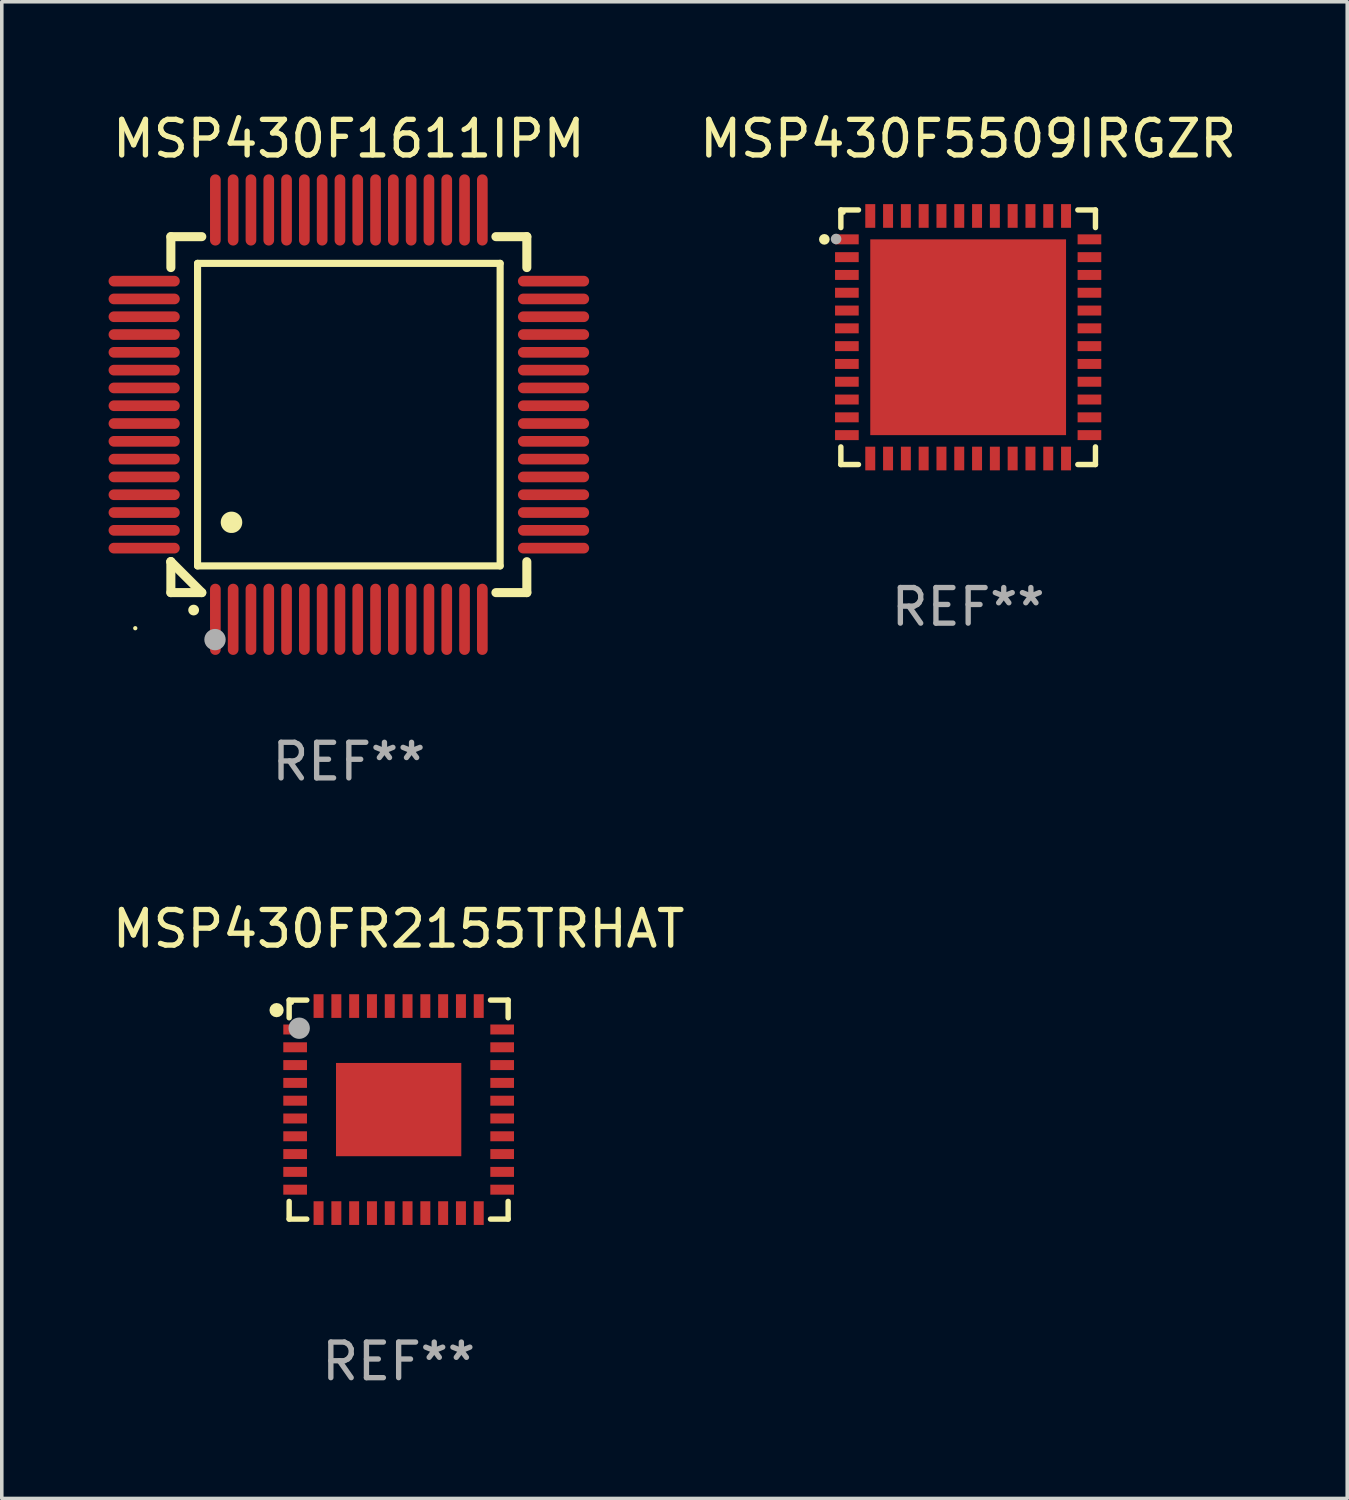
<source format=kicad_pcb>
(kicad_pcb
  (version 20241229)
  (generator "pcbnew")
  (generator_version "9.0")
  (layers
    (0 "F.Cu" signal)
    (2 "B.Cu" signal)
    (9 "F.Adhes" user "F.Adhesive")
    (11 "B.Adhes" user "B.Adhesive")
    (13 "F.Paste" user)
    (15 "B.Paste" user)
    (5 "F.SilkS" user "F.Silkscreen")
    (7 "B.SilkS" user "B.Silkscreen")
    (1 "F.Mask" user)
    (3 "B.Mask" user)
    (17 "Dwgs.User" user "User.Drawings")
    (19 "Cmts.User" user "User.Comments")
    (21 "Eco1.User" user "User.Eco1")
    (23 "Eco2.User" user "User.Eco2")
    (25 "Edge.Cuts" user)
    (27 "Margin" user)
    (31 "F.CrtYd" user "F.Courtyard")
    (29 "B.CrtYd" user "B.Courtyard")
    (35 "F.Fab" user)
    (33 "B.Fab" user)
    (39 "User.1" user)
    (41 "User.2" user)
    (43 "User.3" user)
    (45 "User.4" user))
  (footprint "MSP430F1611IPM"
    (layer "F.Cu")
    (at 6.75 8.598)
    (property "Reference" "MSP430F1611IPM" (at 0 -7.75 0) (layer "F.SilkS") (effects (font (size 1 1) (thickness 0.15))))
    (attr through_hole)
    (fp_line (start -5 -5) (end -4.131 -5) (stroke (width 0.254) (type solid)) (layer "F.SilkS"))
    (fp_line (start -5 -4.131) (end -5 -5) (stroke (width 0.254) (type solid)) (layer "F.SilkS"))
    (fp_line (start -5 4.131) (end -5 4.131) (stroke (width 0.254) (type solid)) (layer "F.SilkS"))
    (fp_line (start -5 5) (end -5 4.131) (stroke (width 0.254) (type solid)) (layer "F.SilkS"))
    (fp_line (start -5 4.131) (end -4.131 5) (stroke (width 0.254) (type solid)) (layer "F.SilkS"))
    (fp_line (start -4.25 -4.25) (end -4.25 4.25) (stroke (width 0.2) (type solid)) (layer "F.SilkS"))
    (fp_line (start -4.25 4.25) (end 4.25 4.25) (stroke (width 0.2) (type solid)) (layer "F.SilkS"))
    (fp_line (start -4.131 5) (end -5 5) (stroke (width 0.254) (type solid)) (layer "F.SilkS"))
    (fp_line (start 4.25 -4.25) (end -4.25 -4.25) (stroke (width 0.2) (type solid)) (layer "F.SilkS"))
    (fp_line (start 4.25 4.25) (end 4.25 -4.25) (stroke (width 0.2) (type solid)) (layer "F.SilkS"))
    (fp_line (start 5 -5) (end 4.131 -5) (stroke (width 0.254) (type solid)) (layer "F.SilkS"))
    (fp_line (start 5 -5) (end 5 -4.131) (stroke (width 0.254) (type solid)) (layer "F.SilkS"))
    (fp_line (start 5 4.131) (end 5 5) (stroke (width 0.254) (type solid)) (layer "F.SilkS"))
    (fp_line (start 5 5) (end 4.131 5) (stroke (width 0.254) (type solid)) (layer "F.SilkS"))
    (fp_arc (start -4.361265 5.489992) (mid -4.359995 5.489987) (end -4.358725 5.489992) (stroke (width 0.3) (type solid)) (layer "F.SilkS"))
    (fp_arc (start -3.299467 3.025146) (mid -3.296927 3.025135) (end -3.294387 3.025146) (stroke (width 0.6) (type solid)) (layer "F.SilkS"))
    (fp_circle (center -6 6) (end -5.97 6) (stroke (width 0.06) (type solid)) (fill no) (layer "F.SilkS"))
    (fp_circle (center -3.76 6.32) (end -3.61 6.32) (stroke (width 0.3) (type solid)) (fill no) (layer "F.Fab"))
    (fp_text user "REF**" (at 0 9.75 0) (layer "F.Fab") (effects (font (size 1 1) (thickness 0.15))))
    (pad "1" smd oval (at -3.75 5.75) (size 0.3 2) (layers "F.Cu" "F.Mask" "F.Paste"))
    (pad "2" smd oval (at -3.25 5.75) (size 0.3 2) (layers "F.Cu" "F.Mask" "F.Paste"))
    (pad "3" smd oval (at -2.75 5.75) (size 0.3 2) (layers "F.Cu" "F.Mask" "F.Paste"))
    (pad "4" smd oval (at -2.25 5.75) (size 0.3 2) (layers "F.Cu" "F.Mask" "F.Paste"))
    (pad "5" smd oval (at -1.75 5.75) (size 0.3 2) (layers "F.Cu" "F.Mask" "F.Paste"))
    (pad "6" smd oval (at -1.25 5.75) (size 0.3 2) (layers "F.Cu" "F.Mask" "F.Paste"))
    (pad "7" smd oval (at -0.75 5.75) (size 0.3 2) (layers "F.Cu" "F.Mask" "F.Paste"))
    (pad "8" smd oval (at -0.25 5.75) (size 0.3 2) (layers "F.Cu" "F.Mask" "F.Paste"))
    (pad "9" smd oval (at 0.25 5.75) (size 0.3 2) (layers "F.Cu" "F.Mask" "F.Paste"))
    (pad "10" smd oval (at 0.75 5.75) (size 0.3 2) (layers "F.Cu" "F.Mask" "F.Paste"))
    (pad "11" smd oval (at 1.25 5.75) (size 0.3 2) (layers "F.Cu" "F.Mask" "F.Paste"))
    (pad "12" smd oval (at 1.75 5.75) (size 0.3 2) (layers "F.Cu" "F.Mask" "F.Paste"))
    (pad "13" smd oval (at 2.25 5.75) (size 0.3 2) (layers "F.Cu" "F.Mask" "F.Paste"))
    (pad "14" smd oval (at 2.75 5.75) (size 0.3 2) (layers "F.Cu" "F.Mask" "F.Paste"))
    (pad "15" smd oval (at 3.25 5.75) (size 0.3 2) (layers "F.Cu" "F.Mask" "F.Paste"))
    (pad "16" smd oval (at 3.75 5.75) (size 0.3 2) (layers "F.Cu" "F.Mask" "F.Paste"))
    (pad "17" smd oval (at 5.75 3.75) (size 2 0.3) (layers "F.Cu" "F.Mask" "F.Paste"))
    (pad "18" smd oval (at 5.75 3.25) (size 2 0.3) (layers "F.Cu" "F.Mask" "F.Paste"))
    (pad "19" smd oval (at 5.75 2.75) (size 2 0.3) (layers "F.Cu" "F.Mask" "F.Paste"))
    (pad "20" smd oval (at 5.75 2.25) (size 2 0.3) (layers "F.Cu" "F.Mask" "F.Paste"))
    (pad "21" smd oval (at 5.75 1.75) (size 2 0.3) (layers "F.Cu" "F.Mask" "F.Paste"))
    (pad "22" smd oval (at 5.75 1.25) (size 2 0.3) (layers "F.Cu" "F.Mask" "F.Paste"))
    (pad "23" smd oval (at 5.75 0.75) (size 2 0.3) (layers "F.Cu" "F.Mask" "F.Paste"))
    (pad "24" smd oval (at 5.75 0.25) (size 2 0.3) (layers "F.Cu" "F.Mask" "F.Paste"))
    (pad "25" smd oval (at 5.75 -0.25) (size 2 0.3) (layers "F.Cu" "F.Mask" "F.Paste"))
    (pad "26" smd oval (at 5.75 -0.75) (size 2 0.3) (layers "F.Cu" "F.Mask" "F.Paste"))
    (pad "27" smd oval (at 5.75 -1.25) (size 2 0.3) (layers "F.Cu" "F.Mask" "F.Paste"))
    (pad "28" smd oval (at 5.75 -1.75) (size 2 0.3) (layers "F.Cu" "F.Mask" "F.Paste"))
    (pad "29" smd oval (at 5.75 -2.25) (size 2 0.3) (layers "F.Cu" "F.Mask" "F.Paste"))
    (pad "30" smd oval (at 5.75 -2.75) (size 2 0.3) (layers "F.Cu" "F.Mask" "F.Paste"))
    (pad "31" smd oval (at 5.75 -3.25) (size 2 0.3) (layers "F.Cu" "F.Mask" "F.Paste"))
    (pad "32" smd oval (at 5.75 -3.75) (size 2 0.3) (layers "F.Cu" "F.Mask" "F.Paste"))
    (pad "33" smd oval (at 3.75 -5.75) (size 0.3 2) (layers "F.Cu" "F.Mask" "F.Paste"))
    (pad "34" smd oval (at 3.25 -5.75) (size 0.3 2) (layers "F.Cu" "F.Mask" "F.Paste"))
    (pad "35" smd oval (at 2.75 -5.75) (size 0.3 2) (layers "F.Cu" "F.Mask" "F.Paste"))
    (pad "36" smd oval (at 2.25 -5.75) (size 0.3 2) (layers "F.Cu" "F.Mask" "F.Paste"))
    (pad "37" smd oval (at 1.75 -5.75) (size 0.3 2) (layers "F.Cu" "F.Mask" "F.Paste"))
    (pad "38" smd oval (at 1.25 -5.75) (size 0.3 2) (layers "F.Cu" "F.Mask" "F.Paste"))
    (pad "39" smd oval (at 0.75 -5.75) (size 0.3 2) (layers "F.Cu" "F.Mask" "F.Paste"))
    (pad "40" smd oval (at 0.25 -5.75) (size 0.3 2) (layers "F.Cu" "F.Mask" "F.Paste"))
    (pad "41" smd oval (at -0.25 -5.75) (size 0.3 2) (layers "F.Cu" "F.Mask" "F.Paste"))
    (pad "42" smd oval (at -0.75 -5.75) (size 0.3 2) (layers "F.Cu" "F.Mask" "F.Paste"))
    (pad "43" smd oval (at -1.25 -5.75) (size 0.3 2) (layers "F.Cu" "F.Mask" "F.Paste"))
    (pad "44" smd oval (at -1.75 -5.75) (size 0.3 2) (layers "F.Cu" "F.Mask" "F.Paste"))
    (pad "45" smd oval (at -2.25 -5.75) (size 0.3 2) (layers "F.Cu" "F.Mask" "F.Paste"))
    (pad "46" smd oval (at -2.75 -5.75) (size 0.3 2) (layers "F.Cu" "F.Mask" "F.Paste"))
    (pad "47" smd oval (at -3.25 -5.75) (size 0.3 2) (layers "F.Cu" "F.Mask" "F.Paste"))
    (pad "48" smd oval (at -3.75 -5.75) (size 0.3 2) (layers "F.Cu" "F.Mask" "F.Paste"))
    (pad "49" smd oval (at -5.75 -3.75) (size 2 0.3) (layers "F.Cu" "F.Mask" "F.Paste"))
    (pad "50" smd oval (at -5.75 -3.25) (size 2 0.3) (layers "F.Cu" "F.Mask" "F.Paste"))
    (pad "51" smd oval (at -5.75 -2.75) (size 2 0.3) (layers "F.Cu" "F.Mask" "F.Paste"))
    (pad "52" smd oval (at -5.75 -2.25) (size 2 0.3) (layers "F.Cu" "F.Mask" "F.Paste"))
    (pad "53" smd oval (at -5.75 -1.75) (size 2 0.3) (layers "F.Cu" "F.Mask" "F.Paste"))
    (pad "54" smd oval (at -5.75 -1.25) (size 2 0.3) (layers "F.Cu" "F.Mask" "F.Paste"))
    (pad "55" smd oval (at -5.75 -0.75) (size 2 0.3) (layers "F.Cu" "F.Mask" "F.Paste"))
    (pad "56" smd oval (at -5.75 -0.25) (size 2 0.3) (layers "F.Cu" "F.Mask" "F.Paste"))
    (pad "57" smd oval (at -5.75 0.25) (size 2 0.3) (layers "F.Cu" "F.Mask" "F.Paste"))
    (pad "58" smd oval (at -5.75 0.75) (size 2 0.3) (layers "F.Cu" "F.Mask" "F.Paste"))
    (pad "59" smd oval (at -5.75 1.25) (size 2 0.3) (layers "F.Cu" "F.Mask" "F.Paste"))
    (pad "60" smd oval (at -5.75 1.75) (size 2 0.3) (layers "F.Cu" "F.Mask" "F.Paste"))
    (pad "61" smd oval (at -5.75 2.25) (size 2 0.3) (layers "F.Cu" "F.Mask" "F.Paste"))
    (pad "62" smd oval (at -5.75 2.75) (size 2 0.3) (layers "F.Cu" "F.Mask" "F.Paste"))
    (pad "63" smd oval (at -5.75 3.25) (size 2 0.3) (layers "F.Cu" "F.Mask" "F.Paste"))
    (pad "64" smd oval (at -5.75 3.75) (size 2 0.3) (layers "F.Cu" "F.Mask" "F.Paste")))
  (footprint "MSP430F5509IRGZR"
    (layer "F.Cu")
    (at 24.148 6.424)
    (property "Reference" "MSP430F5509IRGZR" (at 0 -5.576 0) (layer "F.SilkS") (effects (font (size 1 1) (thickness 0.15))))
    (attr through_hole)
    (fp_line (start -3.576 -3.576) (end -3.576 -3.081) (stroke (width 0.152) (type solid)) (layer "F.SilkS"))
    (fp_line (start -3.576 3.576) (end -3.576 3.081) (stroke (width 0.152) (type solid)) (layer "F.SilkS"))
    (fp_line (start -3.081 -3.576) (end -3.576 -3.576) (stroke (width 0.152) (type solid)) (layer "F.SilkS"))
    (fp_line (start -3.081 3.576) (end -3.576 3.576) (stroke (width 0.152) (type solid)) (layer "F.SilkS"))
    (fp_line (start 3.081 -3.576) (end 3.576 -3.576) (stroke (width 0.152) (type solid)) (layer "F.SilkS"))
    (fp_line (start 3.081 3.576) (end 3.576 3.576) (stroke (width 0.152) (type solid)) (layer "F.SilkS"))
    (fp_line (start 3.576 -3.576) (end 3.576 -3.081) (stroke (width 0.152) (type solid)) (layer "F.SilkS"))
    (fp_line (start 3.576 3.576) (end 3.576 3.081) (stroke (width 0.152) (type solid)) (layer "F.SilkS"))
    (fp_circle (center -4.04 -2.75) (end -3.965 -2.75) (stroke (width 0.15) (type solid)) (fill no) (layer "F.SilkS"))
    (fp_circle (center -3.5 -3.5) (end -3.47 -3.5) (stroke (width 0.06) (type solid)) (fill no) (layer "F.SilkS"))
    (fp_circle (center -3.71 -2.76) (end -3.635 -2.76) (stroke (width 0.15) (type solid)) (fill no) (layer "F.Fab"))
    (fp_text user "REF**" (at 0 7.576 0) (layer "F.Fab") (effects (font (size 1 1) (thickness 0.15))))
    (pad "1" smd rect (at -3.407 -2.75) (size 0.665 0.28) (layers "F.Cu" "F.Mask" "F.Paste"))
    (pad "2" smd rect (at -3.407 -2.25) (size 0.665 0.28) (layers "F.Cu" "F.Mask" "F.Paste"))
    (pad "3" smd rect (at -3.407 -1.75) (size 0.665 0.28) (layers "F.Cu" "F.Mask" "F.Paste"))
    (pad "4" smd rect (at -3.407 -1.25) (size 0.665 0.28) (layers "F.Cu" "F.Mask" "F.Paste"))
    (pad "5" smd rect (at -3.407 -0.75) (size 0.665 0.28) (layers "F.Cu" "F.Mask" "F.Paste"))
    (pad "6" smd rect (at -3.407 -0.25) (size 0.665 0.28) (layers "F.Cu" "F.Mask" "F.Paste"))
    (pad "7" smd rect (at -3.407 0.25) (size 0.665 0.28) (layers "F.Cu" "F.Mask" "F.Paste"))
    (pad "8" smd rect (at -3.407 0.75) (size 0.665 0.28) (layers "F.Cu" "F.Mask" "F.Paste"))
    (pad "9" smd rect (at -3.407 1.25) (size 0.665 0.28) (layers "F.Cu" "F.Mask" "F.Paste"))
    (pad "10" smd rect (at -3.407 1.75) (size 0.665 0.28) (layers "F.Cu" "F.Mask" "F.Paste"))
    (pad "11" smd rect (at -3.407 2.25) (size 0.665 0.28) (layers "F.Cu" "F.Mask" "F.Paste"))
    (pad "12" smd rect (at -3.407 2.75) (size 0.665 0.28) (layers "F.Cu" "F.Mask" "F.Paste"))
    (pad "13" smd rect (at -2.75 3.407) (size 0.28 0.665) (layers "F.Cu" "F.Mask" "F.Paste"))
    (pad "14" smd rect (at -2.25 3.407) (size 0.28 0.665) (layers "F.Cu" "F.Mask" "F.Paste"))
    (pad "15" smd rect (at -1.75 3.407) (size 0.28 0.665) (layers "F.Cu" "F.Mask" "F.Paste"))
    (pad "16" smd rect (at -1.25 3.407) (size 0.28 0.665) (layers "F.Cu" "F.Mask" "F.Paste"))
    (pad "17" smd rect (at -0.75 3.407) (size 0.28 0.665) (layers "F.Cu" "F.Mask" "F.Paste"))
    (pad "18" smd rect (at -0.25 3.407) (size 0.28 0.665) (layers "F.Cu" "F.Mask" "F.Paste"))
    (pad "19" smd rect (at 0.25 3.407) (size 0.28 0.665) (layers "F.Cu" "F.Mask" "F.Paste"))
    (pad "20" smd rect (at 0.75 3.407) (size 0.28 0.665) (layers "F.Cu" "F.Mask" "F.Paste"))
    (pad "21" smd rect (at 1.25 3.407) (size 0.28 0.665) (layers "F.Cu" "F.Mask" "F.Paste"))
    (pad "22" smd rect (at 1.75 3.407) (size 0.28 0.665) (layers "F.Cu" "F.Mask" "F.Paste"))
    (pad "23" smd rect (at 2.25 3.407) (size 0.28 0.665) (layers "F.Cu" "F.Mask" "F.Paste"))
    (pad "24" smd rect (at 2.75 3.407) (size 0.28 0.665) (layers "F.Cu" "F.Mask" "F.Paste"))
    (pad "25" smd rect (at 3.407 2.75) (size 0.665 0.28) (layers "F.Cu" "F.Mask" "F.Paste"))
    (pad "26" smd rect (at 3.407 2.25) (size 0.665 0.28) (layers "F.Cu" "F.Mask" "F.Paste"))
    (pad "27" smd rect (at 3.407 1.75) (size 0.665 0.28) (layers "F.Cu" "F.Mask" "F.Paste"))
    (pad "28" smd rect (at 3.407 1.25) (size 0.665 0.28) (layers "F.Cu" "F.Mask" "F.Paste"))
    (pad "29" smd rect (at 3.407 0.75) (size 0.665 0.28) (layers "F.Cu" "F.Mask" "F.Paste"))
    (pad "30" smd rect (at 3.407 0.25) (size 0.665 0.28) (layers "F.Cu" "F.Mask" "F.Paste"))
    (pad "31" smd rect (at 3.407 -0.25) (size 0.665 0.28) (layers "F.Cu" "F.Mask" "F.Paste"))
    (pad "32" smd rect (at 3.407 -0.75) (size 0.665 0.28) (layers "F.Cu" "F.Mask" "F.Paste"))
    (pad "33" smd rect (at 3.407 -1.25) (size 0.665 0.28) (layers "F.Cu" "F.Mask" "F.Paste"))
    (pad "34" smd rect (at 3.407 -1.75) (size 0.665 0.28) (layers "F.Cu" "F.Mask" "F.Paste"))
    (pad "35" smd rect (at 3.407 -2.25) (size 0.665 0.28) (layers "F.Cu" "F.Mask" "F.Paste"))
    (pad "36" smd rect (at 3.407 -2.75) (size 0.665 0.28) (layers "F.Cu" "F.Mask" "F.Paste"))
    (pad "37" smd rect (at 2.75 -3.407) (size 0.28 0.665) (layers "F.Cu" "F.Mask" "F.Paste"))
    (pad "38" smd rect (at 2.25 -3.407) (size 0.28 0.665) (layers "F.Cu" "F.Mask" "F.Paste"))
    (pad "39" smd rect (at 1.75 -3.407) (size 0.28 0.665) (layers "F.Cu" "F.Mask" "F.Paste"))
    (pad "40" smd rect (at 1.25 -3.407) (size 0.28 0.665) (layers "F.Cu" "F.Mask" "F.Paste"))
    (pad "41" smd rect (at 0.75 -3.407) (size 0.28 0.665) (layers "F.Cu" "F.Mask" "F.Paste"))
    (pad "42" smd rect (at 0.25 -3.407) (size 0.28 0.665) (layers "F.Cu" "F.Mask" "F.Paste"))
    (pad "43" smd rect (at -0.25 -3.407) (size 0.28 0.665) (layers "F.Cu" "F.Mask" "F.Paste"))
    (pad "44" smd rect (at -0.75 -3.407) (size 0.28 0.665) (layers "F.Cu" "F.Mask" "F.Paste"))
    (pad "45" smd rect (at -1.25 -3.407) (size 0.28 0.665) (layers "F.Cu" "F.Mask" "F.Paste"))
    (pad "46" smd rect (at -1.75 -3.407) (size 0.28 0.665) (layers "F.Cu" "F.Mask" "F.Paste"))
    (pad "47" smd rect (at -2.25 -3.407) (size 0.28 0.665) (layers "F.Cu" "F.Mask" "F.Paste"))
    (pad "48" smd rect (at -2.75 -3.407) (size 0.28 0.665) (layers "F.Cu" "F.Mask" "F.Paste"))
    (pad "49" smd rect (at 0 0) (size 5.5 5.5) (layers "F.Cu" "F.Mask" "F.Paste")))
  (footprint "MSP430FR2155TRHAT"
    (layer "F.Cu")
    (at 8.149 28.121)
    (property "Reference" "MSP430FR2155TRHAT" (at 0 -5.076 0) (layer "F.SilkS") (effects (font (size 1 1) (thickness 0.15))))
    (attr through_hole)
    (fp_line (start -3.076 -3.076) (end -3.076 -2.58) (stroke (width 0.152) (type solid)) (layer "F.SilkS"))
    (fp_line (start -3.076 3.076) (end -3.076 2.58) (stroke (width 0.152) (type solid)) (layer "F.SilkS"))
    (fp_line (start -2.58 -3.076) (end -3.076 -3.076) (stroke (width 0.152) (type solid)) (layer "F.SilkS"))
    (fp_line (start -2.58 3.076) (end -3.076 3.076) (stroke (width 0.152) (type solid)) (layer "F.SilkS"))
    (fp_line (start 2.58 -3.076) (end 3.076 -3.076) (stroke (width 0.152) (type solid)) (layer "F.SilkS"))
    (fp_line (start 2.58 3.076) (end 3.076 3.076) (stroke (width 0.152) (type solid)) (layer "F.SilkS"))
    (fp_line (start 3.076 -3.076) (end 3.076 -2.58) (stroke (width 0.152) (type solid)) (layer "F.SilkS"))
    (fp_line (start 3.076 3.076) (end 3.076 2.58) (stroke (width 0.152) (type solid)) (layer "F.SilkS"))
    (fp_circle (center -3.429 -2.794) (end -3.329 -2.794) (stroke (width 0.2) (type solid)) (fill no) (layer "F.SilkS"))
    (fp_circle (center -3 -3) (end -2.97 -3) (stroke (width 0.06) (type solid)) (fill no) (layer "F.SilkS"))
    (fp_circle (center -2.794 -2.286) (end -2.644 -2.286) (stroke (width 0.3) (type solid)) (fill no) (layer "F.Fab"))
    (fp_text user "REF**" (at 0 7.076 0) (layer "F.Fab") (effects (font (size 1 1) (thickness 0.15))))
    (pad "1" smd rect (at -2.908 -2.25) (size 0.665 0.28) (layers "F.Cu" "F.Mask" "F.Paste"))
    (pad "2" smd rect (at -2.908 -1.75) (size 0.665 0.28) (layers "F.Cu" "F.Mask" "F.Paste"))
    (pad "3" smd rect (at -2.908 -1.25) (size 0.665 0.28) (layers "F.Cu" "F.Mask" "F.Paste"))
    (pad "4" smd rect (at -2.908 -0.75) (size 0.665 0.28) (layers "F.Cu" "F.Mask" "F.Paste"))
    (pad "5" smd rect (at -2.908 -0.25) (size 0.665 0.28) (layers "F.Cu" "F.Mask" "F.Paste"))
    (pad "6" smd rect (at -2.908 0.25) (size 0.665 0.28) (layers "F.Cu" "F.Mask" "F.Paste"))
    (pad "7" smd rect (at -2.908 0.75) (size 0.665 0.28) (layers "F.Cu" "F.Mask" "F.Paste"))
    (pad "8" smd rect (at -2.908 1.25) (size 0.665 0.28) (layers "F.Cu" "F.Mask" "F.Paste"))
    (pad "9" smd rect (at -2.908 1.75) (size 0.665 0.28) (layers "F.Cu" "F.Mask" "F.Paste"))
    (pad "10" smd rect (at -2.908 2.25) (size 0.665 0.28) (layers "F.Cu" "F.Mask" "F.Paste"))
    (pad "11" smd rect (at -2.25 2.908) (size 0.28 0.665) (layers "F.Cu" "F.Mask" "F.Paste"))
    (pad "12" smd rect (at -1.75 2.908) (size 0.28 0.665) (layers "F.Cu" "F.Mask" "F.Paste"))
    (pad "13" smd rect (at -1.25 2.908) (size 0.28 0.665) (layers "F.Cu" "F.Mask" "F.Paste"))
    (pad "14" smd rect (at -0.75 2.908) (size 0.28 0.665) (layers "F.Cu" "F.Mask" "F.Paste"))
    (pad "15" smd rect (at -0.25 2.908) (size 0.28 0.665) (layers "F.Cu" "F.Mask" "F.Paste"))
    (pad "16" smd rect (at 0.25 2.908) (size 0.28 0.665) (layers "F.Cu" "F.Mask" "F.Paste"))
    (pad "17" smd rect (at 0.75 2.908) (size 0.28 0.665) (layers "F.Cu" "F.Mask" "F.Paste"))
    (pad "18" smd rect (at 1.25 2.908) (size 0.28 0.665) (layers "F.Cu" "F.Mask" "F.Paste"))
    (pad "19" smd rect (at 1.75 2.908) (size 0.28 0.665) (layers "F.Cu" "F.Mask" "F.Paste"))
    (pad "20" smd rect (at 2.25 2.908) (size 0.28 0.665) (layers "F.Cu" "F.Mask" "F.Paste"))
    (pad "21" smd rect (at 2.908 2.25) (size 0.665 0.28) (layers "F.Cu" "F.Mask" "F.Paste"))
    (pad "22" smd rect (at 2.908 1.75) (size 0.665 0.28) (layers "F.Cu" "F.Mask" "F.Paste"))
    (pad "23" smd rect (at 2.908 1.25) (size 0.665 0.28) (layers "F.Cu" "F.Mask" "F.Paste"))
    (pad "24" smd rect (at 2.908 0.75) (size 0.665 0.28) (layers "F.Cu" "F.Mask" "F.Paste"))
    (pad "25" smd rect (at 2.908 0.25) (size 0.665 0.28) (layers "F.Cu" "F.Mask" "F.Paste"))
    (pad "26" smd rect (at 2.908 -0.25) (size 0.665 0.28) (layers "F.Cu" "F.Mask" "F.Paste"))
    (pad "27" smd rect (at 2.908 -0.75) (size 0.665 0.28) (layers "F.Cu" "F.Mask" "F.Paste"))
    (pad "28" smd rect (at 2.908 -1.25) (size 0.665 0.28) (layers "F.Cu" "F.Mask" "F.Paste"))
    (pad "29" smd rect (at 2.908 -1.75) (size 0.665 0.28) (layers "F.Cu" "F.Mask" "F.Paste"))
    (pad "30" smd rect (at 2.908 -2.25) (size 0.665 0.28) (layers "F.Cu" "F.Mask" "F.Paste"))
    (pad "31" smd rect (at 2.25 -2.908) (size 0.28 0.665) (layers "F.Cu" "F.Mask" "F.Paste"))
    (pad "32" smd rect (at 1.75 -2.908) (size 0.28 0.665) (layers "F.Cu" "F.Mask" "F.Paste"))
    (pad "33" smd rect (at 1.25 -2.908) (size 0.28 0.665) (layers "F.Cu" "F.Mask" "F.Paste"))
    (pad "34" smd rect (at 0.75 -2.908) (size 0.28 0.665) (layers "F.Cu" "F.Mask" "F.Paste"))
    (pad "35" smd rect (at 0.25 -2.908) (size 0.28 0.665) (layers "F.Cu" "F.Mask" "F.Paste"))
    (pad "36" smd rect (at -0.25 -2.908) (size 0.28 0.665) (layers "F.Cu" "F.Mask" "F.Paste"))
    (pad "37" smd rect (at -0.75 -2.908) (size 0.28 0.665) (layers "F.Cu" "F.Mask" "F.Paste"))
    (pad "38" smd rect (at -1.25 -2.908) (size 0.28 0.665) (layers "F.Cu" "F.Mask" "F.Paste"))
    (pad "39" smd rect (at -1.75 -2.908) (size 0.28 0.665) (layers "F.Cu" "F.Mask" "F.Paste"))
    (pad "40" smd rect (at -2.25 -2.908) (size 0.28 0.665) (layers "F.Cu" "F.Mask" "F.Paste"))
    (pad "41" smd rect (at 0 0) (size 3.52 2.62) (layers "F.Cu" "F.Mask" "F.Paste")))
  (gr_rect
    (start -3 -3)
    (end 34.797 39.045)
    (stroke (width 0.1) (type default))
    (fill no)
    (layer "Edge.Cuts")))
</source>
